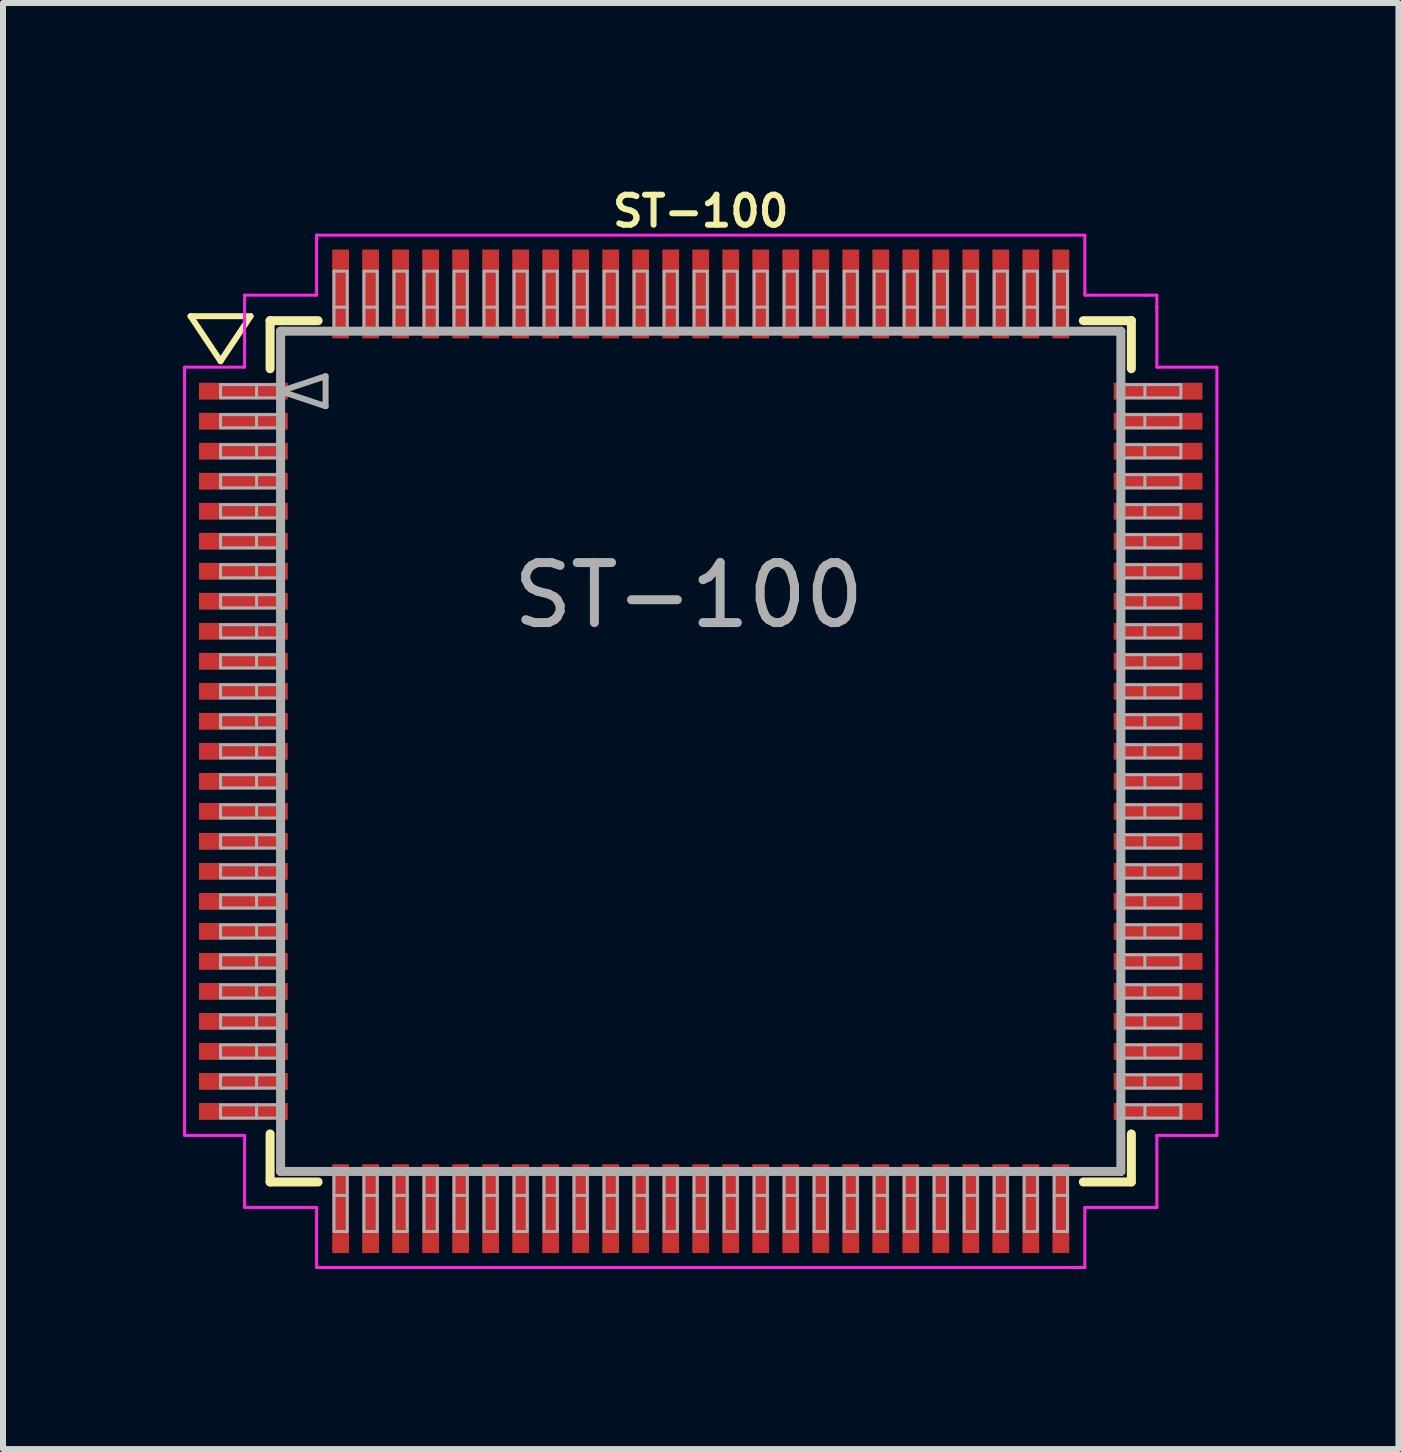
<source format=kicad_pcb>
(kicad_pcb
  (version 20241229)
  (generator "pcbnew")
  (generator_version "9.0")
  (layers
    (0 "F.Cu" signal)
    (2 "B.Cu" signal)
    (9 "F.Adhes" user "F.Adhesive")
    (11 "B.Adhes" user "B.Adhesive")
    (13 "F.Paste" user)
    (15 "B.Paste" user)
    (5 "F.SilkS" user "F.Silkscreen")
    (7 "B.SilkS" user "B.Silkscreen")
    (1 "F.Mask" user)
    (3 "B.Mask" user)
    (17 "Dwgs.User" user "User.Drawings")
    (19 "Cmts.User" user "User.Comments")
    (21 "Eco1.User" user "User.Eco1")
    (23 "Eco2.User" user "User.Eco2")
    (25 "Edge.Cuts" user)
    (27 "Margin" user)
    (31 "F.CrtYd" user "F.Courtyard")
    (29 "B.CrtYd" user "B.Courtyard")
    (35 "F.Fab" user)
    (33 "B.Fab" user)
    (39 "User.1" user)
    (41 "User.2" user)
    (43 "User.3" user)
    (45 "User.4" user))
  (footprint "ST-100"
    (layer "F.Cu")
    (at 8.625 9.468)
    (property "Reference" "ST-100" (at 0 -9 0) (layer "F.SilkS") (effects (font (size 0.5 0.5) (thickness 0.1))))
    (attr smd)
    (fp_line (start -8.5 -7.25) (end -8 -6.5) (stroke (width 0.1) (type solid)) (layer "F.SilkS"))
    (fp_line (start -8 -6.5) (end -7.5 -7.25) (stroke (width 0.1) (type solid)) (layer "F.SilkS"))
    (fp_line (start -7.5 -7.25) (end -8.5 -7.25) (stroke (width 0.1) (type solid)) (layer "F.SilkS"))
    (fp_line (start -7.175 -7.175) (end -7.175 -6.375) (stroke (width 0.15) (type solid)) (layer "F.SilkS"))
    (fp_line (start -7.175 -7.175) (end -6.375 -7.175) (stroke (width 0.15) (type solid)) (layer "F.SilkS"))
    (fp_line (start -7.175 7.175) (end -7.175 6.375) (stroke (width 0.15) (type solid)) (layer "F.SilkS"))
    (fp_line (start -7.175 7.175) (end -6.375 7.175) (stroke (width 0.15) (type solid)) (layer "F.SilkS"))
    (fp_line (start 7.175 -7.175) (end 6.375 -7.175) (stroke (width 0.15) (type solid)) (layer "F.SilkS"))
    (fp_line (start 7.175 -7.175) (end 7.175 -6.375) (stroke (width 0.15) (type solid)) (layer "F.SilkS"))
    (fp_line (start 7.175 7.175) (end 6.375 7.175) (stroke (width 0.15) (type solid)) (layer "F.SilkS"))
    (fp_line (start 7.175 7.175) (end 7.175 6.375) (stroke (width 0.15) (type solid)) (layer "F.SilkS"))
    (fp_line (start -8.6 -6.4) (end -8.6 6.4) (stroke (width 0.05) (type solid)) (layer "F.CrtYd"))
    (fp_line (start -7.6 -7.6) (end -7.6 -6.4) (stroke (width 0.05) (type solid)) (layer "F.CrtYd"))
    (fp_line (start -7.6 -6.4) (end -8.6 -6.4) (stroke (width 0.05) (type solid)) (layer "F.CrtYd"))
    (fp_line (start -7.6 6.4) (end -8.6 6.4) (stroke (width 0.05) (type solid)) (layer "F.CrtYd"))
    (fp_line (start -7.6 6.4) (end -7.6 7.6) (stroke (width 0.05) (type solid)) (layer "F.CrtYd"))
    (fp_line (start -7.6 7.6) (end -6.4 7.6) (stroke (width 0.05) (type solid)) (layer "F.CrtYd"))
    (fp_line (start -6.4 -8.6) (end 6.4 -8.6) (stroke (width 0.05) (type solid)) (layer "F.CrtYd"))
    (fp_line (start -6.4 -7.6) (end -7.6 -7.6) (stroke (width 0.05) (type solid)) (layer "F.CrtYd"))
    (fp_line (start -6.4 -7.6) (end -6.4 -8.6) (stroke (width 0.05) (type solid)) (layer "F.CrtYd"))
    (fp_line (start -6.4 7.6) (end -6.4 8.6) (stroke (width 0.05) (type solid)) (layer "F.CrtYd"))
    (fp_line (start -6.4 8.6) (end 6.4 8.6) (stroke (width 0.05) (type solid)) (layer "F.CrtYd"))
    (fp_line (start 6.4 -7.6) (end 6.4 -8.6) (stroke (width 0.05) (type solid)) (layer "F.CrtYd"))
    (fp_line (start 6.4 -7.6) (end 7.4 -7.6) (stroke (width 0.05) (type solid)) (layer "F.CrtYd"))
    (fp_line (start 6.4 7.6) (end 6.4 8.6) (stroke (width 0.05) (type solid)) (layer "F.CrtYd"))
    (fp_line (start 7.4 -7.6) (end 7.6 -7.6) (stroke (width 0.05) (type solid)) (layer "F.CrtYd"))
    (fp_line (start 7.6 -7.6) (end 7.6 -7.4) (stroke (width 0.05) (type solid)) (layer "F.CrtYd"))
    (fp_line (start 7.6 -7.4) (end 7.6 -7.4) (stroke (width 0.05) (type solid)) (layer "F.CrtYd"))
    (fp_line (start 7.6 -6.4) (end 7.6 -7.4) (stroke (width 0.05) (type solid)) (layer "F.CrtYd"))
    (fp_line (start 7.6 -6.4) (end 8.6 -6.4) (stroke (width 0.05) (type solid)) (layer "F.CrtYd"))
    (fp_line (start 7.6 6.4) (end 8.6 6.4) (stroke (width 0.05) (type solid)) (layer "F.CrtYd"))
    (fp_line (start 7.6 7.6) (end 6.4 7.6) (stroke (width 0.05) (type solid)) (layer "F.CrtYd"))
    (fp_line (start 7.6 7.6) (end 7.6 6.4) (stroke (width 0.05) (type solid)) (layer "F.CrtYd"))
    (fp_line (start 8.6 -6.4) (end 8.6 6.4) (stroke (width 0.05) (type solid)) (layer "F.CrtYd"))
    (fp_line (start -8 -6.11) (end -7 -6.11) (stroke (width 0.05) (type solid)) (layer "F.Fab"))
    (fp_line (start -8 -5.89) (end -8 -6.11) (stroke (width 0.05) (type solid)) (layer "F.Fab"))
    (fp_line (start -8 -5.89) (end -7 -5.89) (stroke (width 0.05) (type solid)) (layer "F.Fab"))
    (fp_line (start -8 -5.61) (end -7 -5.61) (stroke (width 0.05) (type solid)) (layer "F.Fab"))
    (fp_line (start -8 -5.39) (end -8 -5.61) (stroke (width 0.05) (type solid)) (layer "F.Fab"))
    (fp_line (start -8 -5.39) (end -7 -5.39) (stroke (width 0.05) (type solid)) (layer "F.Fab"))
    (fp_line (start -8 -5.11) (end -7 -5.11) (stroke (width 0.05) (type solid)) (layer "F.Fab"))
    (fp_line (start -8 -4.89) (end -8 -5.11) (stroke (width 0.05) (type solid)) (layer "F.Fab"))
    (fp_line (start -8 -4.89) (end -7 -4.89) (stroke (width 0.05) (type solid)) (layer "F.Fab"))
    (fp_line (start -8 -4.61) (end -7 -4.61) (stroke (width 0.05) (type solid)) (layer "F.Fab"))
    (fp_line (start -8 -4.39) (end -8 -4.61) (stroke (width 0.05) (type solid)) (layer "F.Fab"))
    (fp_line (start -8 -4.39) (end -7 -4.39) (stroke (width 0.05) (type solid)) (layer "F.Fab"))
    (fp_line (start -8 -4.11) (end -7 -4.11) (stroke (width 0.05) (type solid)) (layer "F.Fab"))
    (fp_line (start -8 -3.89) (end -8 -4.11) (stroke (width 0.05) (type solid)) (layer "F.Fab"))
    (fp_line (start -8 -3.89) (end -7 -3.89) (stroke (width 0.05) (type solid)) (layer "F.Fab"))
    (fp_line (start -8 -3.61) (end -7 -3.61) (stroke (width 0.05) (type solid)) (layer "F.Fab"))
    (fp_line (start -8 -3.39) (end -8 -3.61) (stroke (width 0.05) (type solid)) (layer "F.Fab"))
    (fp_line (start -8 -3.39) (end -7 -3.39) (stroke (width 0.05) (type solid)) (layer "F.Fab"))
    (fp_line (start -8 -3.11) (end -7 -3.11) (stroke (width 0.05) (type solid)) (layer "F.Fab"))
    (fp_line (start -8 -2.89) (end -8 -3.11) (stroke (width 0.05) (type solid)) (layer "F.Fab"))
    (fp_line (start -8 -2.89) (end -7 -2.89) (stroke (width 0.05) (type solid)) (layer "F.Fab"))
    (fp_line (start -8 -2.61) (end -7 -2.61) (stroke (width 0.05) (type solid)) (layer "F.Fab"))
    (fp_line (start -8 -2.39) (end -8 -2.61) (stroke (width 0.05) (type solid)) (layer "F.Fab"))
    (fp_line (start -8 -2.39) (end -7 -2.39) (stroke (width 0.05) (type solid)) (layer "F.Fab"))
    (fp_line (start -8 -2.11) (end -7 -2.11) (stroke (width 0.05) (type solid)) (layer "F.Fab"))
    (fp_line (start -8 -1.89) (end -8 -2.11) (stroke (width 0.05) (type solid)) (layer "F.Fab"))
    (fp_line (start -8 -1.89) (end -7 -1.89) (stroke (width 0.05) (type solid)) (layer "F.Fab"))
    (fp_line (start -8 -1.61) (end -7 -1.61) (stroke (width 0.05) (type solid)) (layer "F.Fab"))
    (fp_line (start -8 -1.39) (end -8 -1.61) (stroke (width 0.05) (type solid)) (layer "F.Fab"))
    (fp_line (start -8 -1.39) (end -7 -1.39) (stroke (width 0.05) (type solid)) (layer "F.Fab"))
    (fp_line (start -8 -1.11) (end -7 -1.11) (stroke (width 0.05) (type solid)) (layer "F.Fab"))
    (fp_line (start -8 -0.89) (end -8 -1.11) (stroke (width 0.05) (type solid)) (layer "F.Fab"))
    (fp_line (start -8 -0.89) (end -7 -0.89) (stroke (width 0.05) (type solid)) (layer "F.Fab"))
    (fp_line (start -8 -0.61) (end -7 -0.61) (stroke (width 0.05) (type solid)) (layer "F.Fab"))
    (fp_line (start -8 -0.39) (end -8 -0.61) (stroke (width 0.05) (type solid)) (layer "F.Fab"))
    (fp_line (start -8 -0.39) (end -7 -0.39) (stroke (width 0.05) (type solid)) (layer "F.Fab"))
    (fp_line (start -8 -0.11) (end -7 -0.11) (stroke (width 0.05) (type solid)) (layer "F.Fab"))
    (fp_line (start -8 0.11) (end -8 -0.11) (stroke (width 0.05) (type solid)) (layer "F.Fab"))
    (fp_line (start -8 0.11) (end -7 0.11) (stroke (width 0.05) (type solid)) (layer "F.Fab"))
    (fp_line (start -8 0.39) (end -7 0.39) (stroke (width 0.05) (type solid)) (layer "F.Fab"))
    (fp_line (start -8 0.61) (end -8 0.39) (stroke (width 0.05) (type solid)) (layer "F.Fab"))
    (fp_line (start -8 0.61) (end -7 0.61) (stroke (width 0.05) (type solid)) (layer "F.Fab"))
    (fp_line (start -8 0.89) (end -7 0.89) (stroke (width 0.05) (type solid)) (layer "F.Fab"))
    (fp_line (start -8 1.11) (end -8 0.89) (stroke (width 0.05) (type solid)) (layer "F.Fab"))
    (fp_line (start -8 1.11) (end -7 1.11) (stroke (width 0.05) (type solid)) (layer "F.Fab"))
    (fp_line (start -8 1.39) (end -7 1.39) (stroke (width 0.05) (type solid)) (layer "F.Fab"))
    (fp_line (start -8 1.61) (end -8 1.39) (stroke (width 0.05) (type solid)) (layer "F.Fab"))
    (fp_line (start -8 1.61) (end -7 1.61) (stroke (width 0.05) (type solid)) (layer "F.Fab"))
    (fp_line (start -8 1.89) (end -7 1.89) (stroke (width 0.05) (type solid)) (layer "F.Fab"))
    (fp_line (start -8 2.11) (end -8 1.89) (stroke (width 0.05) (type solid)) (layer "F.Fab"))
    (fp_line (start -8 2.11) (end -7 2.11) (stroke (width 0.05) (type solid)) (layer "F.Fab"))
    (fp_line (start -8 2.39) (end -7 2.39) (stroke (width 0.05) (type solid)) (layer "F.Fab"))
    (fp_line (start -8 2.61) (end -8 2.39) (stroke (width 0.05) (type solid)) (layer "F.Fab"))
    (fp_line (start -8 2.61) (end -7 2.61) (stroke (width 0.05) (type solid)) (layer "F.Fab"))
    (fp_line (start -8 2.89) (end -7 2.89) (stroke (width 0.05) (type solid)) (layer "F.Fab"))
    (fp_line (start -8 3.11) (end -8 2.89) (stroke (width 0.05) (type solid)) (layer "F.Fab"))
    (fp_line (start -8 3.11) (end -7 3.11) (stroke (width 0.05) (type solid)) (layer "F.Fab"))
    (fp_line (start -8 3.39) (end -7 3.39) (stroke (width 0.05) (type solid)) (layer "F.Fab"))
    (fp_line (start -8 3.61) (end -8 3.39) (stroke (width 0.05) (type solid)) (layer "F.Fab"))
    (fp_line (start -8 3.61) (end -7 3.61) (stroke (width 0.05) (type solid)) (layer "F.Fab"))
    (fp_line (start -8 3.89) (end -7 3.89) (stroke (width 0.05) (type solid)) (layer "F.Fab"))
    (fp_line (start -8 4.11) (end -8 3.89) (stroke (width 0.05) (type solid)) (layer "F.Fab"))
    (fp_line (start -8 4.11) (end -7 4.11) (stroke (width 0.05) (type solid)) (layer "F.Fab"))
    (fp_line (start -8 4.39) (end -7 4.39) (stroke (width 0.05) (type solid)) (layer "F.Fab"))
    (fp_line (start -8 4.61) (end -8 4.39) (stroke (width 0.05) (type solid)) (layer "F.Fab"))
    (fp_line (start -8 4.61) (end -7 4.61) (stroke (width 0.05) (type solid)) (layer "F.Fab"))
    (fp_line (start -8 4.89) (end -7 4.89) (stroke (width 0.05) (type solid)) (layer "F.Fab"))
    (fp_line (start -8 5.11) (end -8 4.89) (stroke (width 0.05) (type solid)) (layer "F.Fab"))
    (fp_line (start -8 5.11) (end -7 5.11) (stroke (width 0.05) (type solid)) (layer "F.Fab"))
    (fp_line (start -8 5.39) (end -7 5.39) (stroke (width 0.05) (type solid)) (layer "F.Fab"))
    (fp_line (start -8 5.61) (end -8 5.39) (stroke (width 0.05) (type solid)) (layer "F.Fab"))
    (fp_line (start -8 5.61) (end -7 5.61) (stroke (width 0.05) (type solid)) (layer "F.Fab"))
    (fp_line (start -8 5.89) (end -7 5.89) (stroke (width 0.05) (type solid)) (layer "F.Fab"))
    (fp_line (start -8 6.11) (end -8 5.89) (stroke (width 0.05) (type solid)) (layer "F.Fab"))
    (fp_line (start -8 6.11) (end -7 6.11) (stroke (width 0.05) (type solid)) (layer "F.Fab"))
    (fp_line (start -7.4 -5.89) (end -7.4 -6.11) (stroke (width 0.05) (type solid)) (layer "F.Fab"))
    (fp_line (start -7.4 -5.39) (end -7.4 -5.61) (stroke (width 0.05) (type solid)) (layer "F.Fab"))
    (fp_line (start -7.4 -4.89) (end -7.4 -5.11) (stroke (width 0.05) (type solid)) (layer "F.Fab"))
    (fp_line (start -7.4 -4.39) (end -7.4 -4.61) (stroke (width 0.05) (type solid)) (layer "F.Fab"))
    (fp_line (start -7.4 -3.89) (end -7.4 -4.11) (stroke (width 0.05) (type solid)) (layer "F.Fab"))
    (fp_line (start -7.4 -3.39) (end -7.4 -3.61) (stroke (width 0.05) (type solid)) (layer "F.Fab"))
    (fp_line (start -7.4 -2.89) (end -7.4 -3.11) (stroke (width 0.05) (type solid)) (layer "F.Fab"))
    (fp_line (start -7.4 -2.39) (end -7.4 -2.61) (stroke (width 0.05) (type solid)) (layer "F.Fab"))
    (fp_line (start -7.4 -1.89) (end -7.4 -2.11) (stroke (width 0.05) (type solid)) (layer "F.Fab"))
    (fp_line (start -7.4 -1.39) (end -7.4 -1.61) (stroke (width 0.05) (type solid)) (layer "F.Fab"))
    (fp_line (start -7.4 -0.89) (end -7.4 -1.11) (stroke (width 0.05) (type solid)) (layer "F.Fab"))
    (fp_line (start -7.4 -0.39) (end -7.4 -0.61) (stroke (width 0.05) (type solid)) (layer "F.Fab"))
    (fp_line (start -7.4 0.11) (end -7.4 -0.11) (stroke (width 0.05) (type solid)) (layer "F.Fab"))
    (fp_line (start -7.4 0.61) (end -7.4 0.39) (stroke (width 0.05) (type solid)) (layer "F.Fab"))
    (fp_line (start -7.4 1.11) (end -7.4 0.89) (stroke (width 0.05) (type solid)) (layer "F.Fab"))
    (fp_line (start -7.4 1.61) (end -7.4 1.39) (stroke (width 0.05) (type solid)) (layer "F.Fab"))
    (fp_line (start -7.4 2.11) (end -7.4 1.89) (stroke (width 0.05) (type solid)) (layer "F.Fab"))
    (fp_line (start -7.4 2.61) (end -7.4 2.39) (stroke (width 0.05) (type solid)) (layer "F.Fab"))
    (fp_line (start -7.4 3.11) (end -7.4 2.89) (stroke (width 0.05) (type solid)) (layer "F.Fab"))
    (fp_line (start -7.4 3.61) (end -7.4 3.39) (stroke (width 0.05) (type solid)) (layer "F.Fab"))
    (fp_line (start -7.4 4.11) (end -7.4 3.89) (stroke (width 0.05) (type solid)) (layer "F.Fab"))
    (fp_line (start -7.4 4.61) (end -7.4 4.39) (stroke (width 0.05) (type solid)) (layer "F.Fab"))
    (fp_line (start -7.4 5.11) (end -7.4 4.89) (stroke (width 0.05) (type solid)) (layer "F.Fab"))
    (fp_line (start -7.4 5.61) (end -7.4 5.39) (stroke (width 0.05) (type solid)) (layer "F.Fab"))
    (fp_line (start -7.4 6.11) (end -7.4 5.89) (stroke (width 0.05) (type solid)) (layer "F.Fab"))
    (fp_line (start -7 -7) (end 7 -7) (stroke (width 0.15) (type solid)) (layer "F.Fab"))
    (fp_line (start -7 -6) (end -6.25 -6.25) (stroke (width 0.1) (type solid)) (layer "F.Fab"))
    (fp_line (start -7 7) (end -7 -7) (stroke (width 0.15) (type solid)) (layer "F.Fab"))
    (fp_line (start -6.25 -6.25) (end -6.25 -5.75) (stroke (width 0.1) (type solid)) (layer "F.Fab"))
    (fp_line (start -6.25 -5.75) (end -7 -6) (stroke (width 0.1) (type solid)) (layer "F.Fab"))
    (fp_line (start -6.11 -8) (end -6.11 -7) (stroke (width 0.05) (type solid)) (layer "F.Fab"))
    (fp_line (start -6.11 -8) (end -5.89 -8) (stroke (width 0.05) (type solid)) (layer "F.Fab"))
    (fp_line (start -6.11 -7.4) (end -5.89 -7.4) (stroke (width 0.05) (type solid)) (layer "F.Fab"))
    (fp_line (start -6.11 7) (end -6.11 8) (stroke (width 0.05) (type solid)) (layer "F.Fab"))
    (fp_line (start -6.11 7.4) (end -5.89 7.4) (stroke (width 0.05) (type solid)) (layer "F.Fab"))
    (fp_line (start -6.11 8) (end -5.89 8) (stroke (width 0.05) (type solid)) (layer "F.Fab"))
    (fp_line (start -5.89 -8) (end -5.89 -7) (stroke (width 0.05) (type solid)) (layer "F.Fab"))
    (fp_line (start -5.89 7) (end -5.89 8) (stroke (width 0.05) (type solid)) (layer "F.Fab"))
    (fp_line (start -5.61 -8) (end -5.61 -7) (stroke (width 0.05) (type solid)) (layer "F.Fab"))
    (fp_line (start -5.61 -8) (end -5.39 -8) (stroke (width 0.05) (type solid)) (layer "F.Fab"))
    (fp_line (start -5.61 -7.4) (end -5.39 -7.4) (stroke (width 0.05) (type solid)) (layer "F.Fab"))
    (fp_line (start -5.61 7) (end -5.61 8) (stroke (width 0.05) (type solid)) (layer "F.Fab"))
    (fp_line (start -5.61 7.4) (end -5.39 7.4) (stroke (width 0.05) (type solid)) (layer "F.Fab"))
    (fp_line (start -5.61 8) (end -5.39 8) (stroke (width 0.05) (type solid)) (layer "F.Fab"))
    (fp_line (start -5.39 -8) (end -5.39 -7) (stroke (width 0.05) (type solid)) (layer "F.Fab"))
    (fp_line (start -5.39 7) (end -5.39 8) (stroke (width 0.05) (type solid)) (layer "F.Fab"))
    (fp_line (start -5.11 -8) (end -5.11 -7) (stroke (width 0.05) (type solid)) (layer "F.Fab"))
    (fp_line (start -5.11 -8) (end -4.89 -8) (stroke (width 0.05) (type solid)) (layer "F.Fab"))
    (fp_line (start -5.11 -7.4) (end -4.89 -7.4) (stroke (width 0.05) (type solid)) (layer "F.Fab"))
    (fp_line (start -5.11 7) (end -5.11 8) (stroke (width 0.05) (type solid)) (layer "F.Fab"))
    (fp_line (start -5.11 7.4) (end -4.89 7.4) (stroke (width 0.05) (type solid)) (layer "F.Fab"))
    (fp_line (start -5.11 8) (end -4.89 8) (stroke (width 0.05) (type solid)) (layer "F.Fab"))
    (fp_line (start -4.89 -8) (end -4.89 -7) (stroke (width 0.05) (type solid)) (layer "F.Fab"))
    (fp_line (start -4.89 7) (end -4.89 8) (stroke (width 0.05) (type solid)) (layer "F.Fab"))
    (fp_line (start -4.61 -8) (end -4.61 -7) (stroke (width 0.05) (type solid)) (layer "F.Fab"))
    (fp_line (start -4.61 -8) (end -4.39 -8) (stroke (width 0.05) (type solid)) (layer "F.Fab"))
    (fp_line (start -4.61 -7.4) (end -4.39 -7.4) (stroke (width 0.05) (type solid)) (layer "F.Fab"))
    (fp_line (start -4.61 7) (end -4.61 8) (stroke (width 0.05) (type solid)) (layer "F.Fab"))
    (fp_line (start -4.61 7.4) (end -4.39 7.4) (stroke (width 0.05) (type solid)) (layer "F.Fab"))
    (fp_line (start -4.61 8) (end -4.39 8) (stroke (width 0.05) (type solid)) (layer "F.Fab"))
    (fp_line (start -4.39 -8) (end -4.39 -7) (stroke (width 0.05) (type solid)) (layer "F.Fab"))
    (fp_line (start -4.39 7) (end -4.39 8) (stroke (width 0.05) (type solid)) (layer "F.Fab"))
    (fp_line (start -4.11 -8) (end -4.11 -7) (stroke (width 0.05) (type solid)) (layer "F.Fab"))
    (fp_line (start -4.11 -8) (end -3.89 -8) (stroke (width 0.05) (type solid)) (layer "F.Fab"))
    (fp_line (start -4.11 -7.4) (end -3.89 -7.4) (stroke (width 0.05) (type solid)) (layer "F.Fab"))
    (fp_line (start -4.11 7) (end -4.11 8) (stroke (width 0.05) (type solid)) (layer "F.Fab"))
    (fp_line (start -4.11 7.4) (end -3.89 7.4) (stroke (width 0.05) (type solid)) (layer "F.Fab"))
    (fp_line (start -4.11 8) (end -3.89 8) (stroke (width 0.05) (type solid)) (layer "F.Fab"))
    (fp_line (start -3.89 -8) (end -3.89 -7) (stroke (width 0.05) (type solid)) (layer "F.Fab"))
    (fp_line (start -3.89 7) (end -3.89 8) (stroke (width 0.05) (type solid)) (layer "F.Fab"))
    (fp_line (start -3.61 -8) (end -3.61 -7) (stroke (width 0.05) (type solid)) (layer "F.Fab"))
    (fp_line (start -3.61 -8) (end -3.39 -8) (stroke (width 0.05) (type solid)) (layer "F.Fab"))
    (fp_line (start -3.61 -7.4) (end -3.39 -7.4) (stroke (width 0.05) (type solid)) (layer "F.Fab"))
    (fp_line (start -3.61 7) (end -3.61 8) (stroke (width 0.05) (type solid)) (layer "F.Fab"))
    (fp_line (start -3.61 7.4) (end -3.39 7.4) (stroke (width 0.05) (type solid)) (layer "F.Fab"))
    (fp_line (start -3.61 8) (end -3.39 8) (stroke (width 0.05) (type solid)) (layer "F.Fab"))
    (fp_line (start -3.39 -8) (end -3.39 -7) (stroke (width 0.05) (type solid)) (layer "F.Fab"))
    (fp_line (start -3.39 7) (end -3.39 8) (stroke (width 0.05) (type solid)) (layer "F.Fab"))
    (fp_line (start -3.11 -8) (end -3.11 -7) (stroke (width 0.05) (type solid)) (layer "F.Fab"))
    (fp_line (start -3.11 -8) (end -2.89 -8) (stroke (width 0.05) (type solid)) (layer "F.Fab"))
    (fp_line (start -3.11 -7.4) (end -2.89 -7.4) (stroke (width 0.05) (type solid)) (layer "F.Fab"))
    (fp_line (start -3.11 7) (end -3.11 8) (stroke (width 0.05) (type solid)) (layer "F.Fab"))
    (fp_line (start -3.11 7.4) (end -2.89 7.4) (stroke (width 0.05) (type solid)) (layer "F.Fab"))
    (fp_line (start -3.11 8) (end -2.89 8) (stroke (width 0.05) (type solid)) (layer "F.Fab"))
    (fp_line (start -2.89 -8) (end -2.89 -7) (stroke (width 0.05) (type solid)) (layer "F.Fab"))
    (fp_line (start -2.89 7) (end -2.89 8) (stroke (width 0.05) (type solid)) (layer "F.Fab"))
    (fp_line (start -2.61 -8) (end -2.61 -7) (stroke (width 0.05) (type solid)) (layer "F.Fab"))
    (fp_line (start -2.61 -8) (end -2.39 -8) (stroke (width 0.05) (type solid)) (layer "F.Fab"))
    (fp_line (start -2.61 -7.4) (end -2.39 -7.4) (stroke (width 0.05) (type solid)) (layer "F.Fab"))
    (fp_line (start -2.61 7) (end -2.61 8) (stroke (width 0.05) (type solid)) (layer "F.Fab"))
    (fp_line (start -2.61 7.4) (end -2.39 7.4) (stroke (width 0.05) (type solid)) (layer "F.Fab"))
    (fp_line (start -2.61 8) (end -2.39 8) (stroke (width 0.05) (type solid)) (layer "F.Fab"))
    (fp_line (start -2.39 -8) (end -2.39 -7) (stroke (width 0.05) (type solid)) (layer "F.Fab"))
    (fp_line (start -2.39 7) (end -2.39 8) (stroke (width 0.05) (type solid)) (layer "F.Fab"))
    (fp_line (start -2.11 -8) (end -2.11 -7) (stroke (width 0.05) (type solid)) (layer "F.Fab"))
    (fp_line (start -2.11 -8) (end -1.89 -8) (stroke (width 0.05) (type solid)) (layer "F.Fab"))
    (fp_line (start -2.11 -7.4) (end -1.89 -7.4) (stroke (width 0.05) (type solid)) (layer "F.Fab"))
    (fp_line (start -2.11 7) (end -2.11 8) (stroke (width 0.05) (type solid)) (layer "F.Fab"))
    (fp_line (start -2.11 7.4) (end -1.89 7.4) (stroke (width 0.05) (type solid)) (layer "F.Fab"))
    (fp_line (start -2.11 8) (end -1.89 8) (stroke (width 0.05) (type solid)) (layer "F.Fab"))
    (fp_line (start -1.89 -8) (end -1.89 -7) (stroke (width 0.05) (type solid)) (layer "F.Fab"))
    (fp_line (start -1.89 7) (end -1.89 8) (stroke (width 0.05) (type solid)) (layer "F.Fab"))
    (fp_line (start -1.61 -8) (end -1.61 -7) (stroke (width 0.05) (type solid)) (layer "F.Fab"))
    (fp_line (start -1.61 -8) (end -1.39 -8) (stroke (width 0.05) (type solid)) (layer "F.Fab"))
    (fp_line (start -1.61 -7.4) (end -1.39 -7.4) (stroke (width 0.05) (type solid)) (layer "F.Fab"))
    (fp_line (start -1.61 7) (end -1.61 8) (stroke (width 0.05) (type solid)) (layer "F.Fab"))
    (fp_line (start -1.61 7.4) (end -1.39 7.4) (stroke (width 0.05) (type solid)) (layer "F.Fab"))
    (fp_line (start -1.61 8) (end -1.39 8) (stroke (width 0.05) (type solid)) (layer "F.Fab"))
    (fp_line (start -1.39 -8) (end -1.39 -7) (stroke (width 0.05) (type solid)) (layer "F.Fab"))
    (fp_line (start -1.39 7) (end -1.39 8) (stroke (width 0.05) (type solid)) (layer "F.Fab"))
    (fp_line (start -1.11 -8) (end -1.11 -7) (stroke (width 0.05) (type solid)) (layer "F.Fab"))
    (fp_line (start -1.11 -8) (end -0.89 -8) (stroke (width 0.05) (type solid)) (layer "F.Fab"))
    (fp_line (start -1.11 -7.4) (end -0.89 -7.4) (stroke (width 0.05) (type solid)) (layer "F.Fab"))
    (fp_line (start -1.11 7) (end -1.11 8) (stroke (width 0.05) (type solid)) (layer "F.Fab"))
    (fp_line (start -1.11 7.4) (end -0.89 7.4) (stroke (width 0.05) (type solid)) (layer "F.Fab"))
    (fp_line (start -1.11 8) (end -0.89 8) (stroke (width 0.05) (type solid)) (layer "F.Fab"))
    (fp_line (start -0.89 -8) (end -0.89 -7) (stroke (width 0.05) (type solid)) (layer "F.Fab"))
    (fp_line (start -0.89 7) (end -0.89 8) (stroke (width 0.05) (type solid)) (layer "F.Fab"))
    (fp_line (start -0.61 -8) (end -0.61 -7) (stroke (width 0.05) (type solid)) (layer "F.Fab"))
    (fp_line (start -0.61 -8) (end -0.39 -8) (stroke (width 0.05) (type solid)) (layer "F.Fab"))
    (fp_line (start -0.61 -7.4) (end -0.39 -7.4) (stroke (width 0.05) (type solid)) (layer "F.Fab"))
    (fp_line (start -0.61 7) (end -0.61 8) (stroke (width 0.05) (type solid)) (layer "F.Fab"))
    (fp_line (start -0.61 7.4) (end -0.39 7.4) (stroke (width 0.05) (type solid)) (layer "F.Fab"))
    (fp_line (start -0.61 8) (end -0.39 8) (stroke (width 0.05) (type solid)) (layer "F.Fab"))
    (fp_line (start -0.39 -8) (end -0.39 -7) (stroke (width 0.05) (type solid)) (layer "F.Fab"))
    (fp_line (start -0.39 7) (end -0.39 8) (stroke (width 0.05) (type solid)) (layer "F.Fab"))
    (fp_line (start -0.11 -8) (end -0.11 -7) (stroke (width 0.05) (type solid)) (layer "F.Fab"))
    (fp_line (start -0.11 -8) (end 0.11 -8) (stroke (width 0.05) (type solid)) (layer "F.Fab"))
    (fp_line (start -0.11 -7.4) (end 0.11 -7.4) (stroke (width 0.05) (type solid)) (layer "F.Fab"))
    (fp_line (start -0.11 7) (end -0.11 8) (stroke (width 0.05) (type solid)) (layer "F.Fab"))
    (fp_line (start -0.11 7.4) (end 0.11 7.4) (stroke (width 0.05) (type solid)) (layer "F.Fab"))
    (fp_line (start -0.11 8) (end 0.11 8) (stroke (width 0.05) (type solid)) (layer "F.Fab"))
    (fp_line (start 0.11 -8) (end 0.11 -7) (stroke (width 0.05) (type solid)) (layer "F.Fab"))
    (fp_line (start 0.11 7) (end 0.11 8) (stroke (width 0.05) (type solid)) (layer "F.Fab"))
    (fp_line (start 0.39 -8) (end 0.39 -7) (stroke (width 0.05) (type solid)) (layer "F.Fab"))
    (fp_line (start 0.39 -8) (end 0.61 -8) (stroke (width 0.05) (type solid)) (layer "F.Fab"))
    (fp_line (start 0.39 -7.4) (end 0.61 -7.4) (stroke (width 0.05) (type solid)) (layer "F.Fab"))
    (fp_line (start 0.39 7) (end 0.39 8) (stroke (width 0.05) (type solid)) (layer "F.Fab"))
    (fp_line (start 0.39 7.4) (end 0.61 7.4) (stroke (width 0.05) (type solid)) (layer "F.Fab"))
    (fp_line (start 0.39 8) (end 0.61 8) (stroke (width 0.05) (type solid)) (layer "F.Fab"))
    (fp_line (start 0.61 -8) (end 0.61 -7) (stroke (width 0.05) (type solid)) (layer "F.Fab"))
    (fp_line (start 0.61 7) (end 0.61 8) (stroke (width 0.05) (type solid)) (layer "F.Fab"))
    (fp_line (start 0.89 -8) (end 0.89 -7) (stroke (width 0.05) (type solid)) (layer "F.Fab"))
    (fp_line (start 0.89 -8) (end 1.11 -8) (stroke (width 0.05) (type solid)) (layer "F.Fab"))
    (fp_line (start 0.89 -7.4) (end 1.11 -7.4) (stroke (width 0.05) (type solid)) (layer "F.Fab"))
    (fp_line (start 0.89 7) (end 0.89 8) (stroke (width 0.05) (type solid)) (layer "F.Fab"))
    (fp_line (start 0.89 7.4) (end 1.11 7.4) (stroke (width 0.05) (type solid)) (layer "F.Fab"))
    (fp_line (start 0.89 8) (end 1.11 8) (stroke (width 0.05) (type solid)) (layer "F.Fab"))
    (fp_line (start 1.11 -8) (end 1.11 -7) (stroke (width 0.05) (type solid)) (layer "F.Fab"))
    (fp_line (start 1.11 7) (end 1.11 8) (stroke (width 0.05) (type solid)) (layer "F.Fab"))
    (fp_line (start 1.39 -8) (end 1.39 -7) (stroke (width 0.05) (type solid)) (layer "F.Fab"))
    (fp_line (start 1.39 -8) (end 1.61 -8) (stroke (width 0.05) (type solid)) (layer "F.Fab"))
    (fp_line (start 1.39 -7.4) (end 1.61 -7.4) (stroke (width 0.05) (type solid)) (layer "F.Fab"))
    (fp_line (start 1.39 7) (end 1.39 8) (stroke (width 0.05) (type solid)) (layer "F.Fab"))
    (fp_line (start 1.39 7.4) (end 1.61 7.4) (stroke (width 0.05) (type solid)) (layer "F.Fab"))
    (fp_line (start 1.39 8) (end 1.61 8) (stroke (width 0.05) (type solid)) (layer "F.Fab"))
    (fp_line (start 1.61 -8) (end 1.61 -7) (stroke (width 0.05) (type solid)) (layer "F.Fab"))
    (fp_line (start 1.61 7) (end 1.61 8) (stroke (width 0.05) (type solid)) (layer "F.Fab"))
    (fp_line (start 1.89 -8) (end 1.89 -7) (stroke (width 0.05) (type solid)) (layer "F.Fab"))
    (fp_line (start 1.89 -8) (end 2.11 -8) (stroke (width 0.05) (type solid)) (layer "F.Fab"))
    (fp_line (start 1.89 -7.4) (end 2.11 -7.4) (stroke (width 0.05) (type solid)) (layer "F.Fab"))
    (fp_line (start 1.89 7) (end 1.89 8) (stroke (width 0.05) (type solid)) (layer "F.Fab"))
    (fp_line (start 1.89 7.4) (end 2.11 7.4) (stroke (width 0.05) (type solid)) (layer "F.Fab"))
    (fp_line (start 1.89 8) (end 2.11 8) (stroke (width 0.05) (type solid)) (layer "F.Fab"))
    (fp_line (start 2.11 -8) (end 2.11 -7) (stroke (width 0.05) (type solid)) (layer "F.Fab"))
    (fp_line (start 2.11 7) (end 2.11 8) (stroke (width 0.05) (type solid)) (layer "F.Fab"))
    (fp_line (start 2.39 -8) (end 2.39 -7) (stroke (width 0.05) (type solid)) (layer "F.Fab"))
    (fp_line (start 2.39 -8) (end 2.61 -8) (stroke (width 0.05) (type solid)) (layer "F.Fab"))
    (fp_line (start 2.39 -7.4) (end 2.61 -7.4) (stroke (width 0.05) (type solid)) (layer "F.Fab"))
    (fp_line (start 2.39 7) (end 2.39 8) (stroke (width 0.05) (type solid)) (layer "F.Fab"))
    (fp_line (start 2.39 7.4) (end 2.61 7.4) (stroke (width 0.05) (type solid)) (layer "F.Fab"))
    (fp_line (start 2.39 8) (end 2.61 8) (stroke (width 0.05) (type solid)) (layer "F.Fab"))
    (fp_line (start 2.61 -8) (end 2.61 -7) (stroke (width 0.05) (type solid)) (layer "F.Fab"))
    (fp_line (start 2.61 7) (end 2.61 8) (stroke (width 0.05) (type solid)) (layer "F.Fab"))
    (fp_line (start 2.89 -8) (end 2.89 -7) (stroke (width 0.05) (type solid)) (layer "F.Fab"))
    (fp_line (start 2.89 -8) (end 3.11 -8) (stroke (width 0.05) (type solid)) (layer "F.Fab"))
    (fp_line (start 2.89 -7.4) (end 3.11 -7.4) (stroke (width 0.05) (type solid)) (layer "F.Fab"))
    (fp_line (start 2.89 7) (end 2.89 8) (stroke (width 0.05) (type solid)) (layer "F.Fab"))
    (fp_line (start 2.89 7.4) (end 3.11 7.4) (stroke (width 0.05) (type solid)) (layer "F.Fab"))
    (fp_line (start 2.89 8) (end 3.11 8) (stroke (width 0.05) (type solid)) (layer "F.Fab"))
    (fp_line (start 3.11 -8) (end 3.11 -7) (stroke (width 0.05) (type solid)) (layer "F.Fab"))
    (fp_line (start 3.11 7) (end 3.11 8) (stroke (width 0.05) (type solid)) (layer "F.Fab"))
    (fp_line (start 3.39 -8) (end 3.39 -7) (stroke (width 0.05) (type solid)) (layer "F.Fab"))
    (fp_line (start 3.39 -8) (end 3.61 -8) (stroke (width 0.05) (type solid)) (layer "F.Fab"))
    (fp_line (start 3.39 -7.4) (end 3.61 -7.4) (stroke (width 0.05) (type solid)) (layer "F.Fab"))
    (fp_line (start 3.39 7) (end 3.39 8) (stroke (width 0.05) (type solid)) (layer "F.Fab"))
    (fp_line (start 3.39 7.4) (end 3.61 7.4) (stroke (width 0.05) (type solid)) (layer "F.Fab"))
    (fp_line (start 3.39 8) (end 3.61 8) (stroke (width 0.05) (type solid)) (layer "F.Fab"))
    (fp_line (start 3.61 -8) (end 3.61 -7) (stroke (width 0.05) (type solid)) (layer "F.Fab"))
    (fp_line (start 3.61 7) (end 3.61 8) (stroke (width 0.05) (type solid)) (layer "F.Fab"))
    (fp_line (start 3.89 -8) (end 3.89 -7) (stroke (width 0.05) (type solid)) (layer "F.Fab"))
    (fp_line (start 3.89 -8) (end 4.11 -8) (stroke (width 0.05) (type solid)) (layer "F.Fab"))
    (fp_line (start 3.89 -7.4) (end 4.11 -7.4) (stroke (width 0.05) (type solid)) (layer "F.Fab"))
    (fp_line (start 3.89 7) (end 3.89 8) (stroke (width 0.05) (type solid)) (layer "F.Fab"))
    (fp_line (start 3.89 7.4) (end 4.11 7.4) (stroke (width 0.05) (type solid)) (layer "F.Fab"))
    (fp_line (start 3.89 8) (end 4.11 8) (stroke (width 0.05) (type solid)) (layer "F.Fab"))
    (fp_line (start 4.11 -8) (end 4.11 -7) (stroke (width 0.05) (type solid)) (layer "F.Fab"))
    (fp_line (start 4.11 7) (end 4.11 8) (stroke (width 0.05) (type solid)) (layer "F.Fab"))
    (fp_line (start 4.39 -8) (end 4.39 -7) (stroke (width 0.05) (type solid)) (layer "F.Fab"))
    (fp_line (start 4.39 -8) (end 4.61 -8) (stroke (width 0.05) (type solid)) (layer "F.Fab"))
    (fp_line (start 4.39 -7.4) (end 4.61 -7.4) (stroke (width 0.05) (type solid)) (layer "F.Fab"))
    (fp_line (start 4.39 7) (end 4.39 8) (stroke (width 0.05) (type solid)) (layer "F.Fab"))
    (fp_line (start 4.39 7.4) (end 4.61 7.4) (stroke (width 0.05) (type solid)) (layer "F.Fab"))
    (fp_line (start 4.39 8) (end 4.61 8) (stroke (width 0.05) (type solid)) (layer "F.Fab"))
    (fp_line (start 4.61 -8) (end 4.61 -7) (stroke (width 0.05) (type solid)) (layer "F.Fab"))
    (fp_line (start 4.61 7) (end 4.61 8) (stroke (width 0.05) (type solid)) (layer "F.Fab"))
    (fp_line (start 4.89 -8) (end 4.89 -7) (stroke (width 0.05) (type solid)) (layer "F.Fab"))
    (fp_line (start 4.89 -8) (end 5.11 -8) (stroke (width 0.05) (type solid)) (layer "F.Fab"))
    (fp_line (start 4.89 -7.4) (end 5.11 -7.4) (stroke (width 0.05) (type solid)) (layer "F.Fab"))
    (fp_line (start 4.89 7) (end 4.89 8) (stroke (width 0.05) (type solid)) (layer "F.Fab"))
    (fp_line (start 4.89 7.4) (end 5.11 7.4) (stroke (width 0.05) (type solid)) (layer "F.Fab"))
    (fp_line (start 4.89 8) (end 5.11 8) (stroke (width 0.05) (type solid)) (layer "F.Fab"))
    (fp_line (start 5.11 -8) (end 5.11 -7) (stroke (width 0.05) (type solid)) (layer "F.Fab"))
    (fp_line (start 5.11 7) (end 5.11 8) (stroke (width 0.05) (type solid)) (layer "F.Fab"))
    (fp_line (start 5.39 -8) (end 5.39 -7) (stroke (width 0.05) (type solid)) (layer "F.Fab"))
    (fp_line (start 5.39 -8) (end 5.61 -8) (stroke (width 0.05) (type solid)) (layer "F.Fab"))
    (fp_line (start 5.39 -7.4) (end 5.61 -7.4) (stroke (width 0.05) (type solid)) (layer "F.Fab"))
    (fp_line (start 5.39 7) (end 5.39 8) (stroke (width 0.05) (type solid)) (layer "F.Fab"))
    (fp_line (start 5.39 7.4) (end 5.61 7.4) (stroke (width 0.05) (type solid)) (layer "F.Fab"))
    (fp_line (start 5.39 8) (end 5.61 8) (stroke (width 0.05) (type solid)) (layer "F.Fab"))
    (fp_line (start 5.61 -8) (end 5.61 -7) (stroke (width 0.05) (type solid)) (layer "F.Fab"))
    (fp_line (start 5.61 7) (end 5.61 8) (stroke (width 0.05) (type solid)) (layer "F.Fab"))
    (fp_line (start 5.89 -8) (end 5.89 -7) (stroke (width 0.05) (type solid)) (layer "F.Fab"))
    (fp_line (start 5.89 -8) (end 6.11 -8) (stroke (width 0.05) (type solid)) (layer "F.Fab"))
    (fp_line (start 5.89 -7.4) (end 6.11 -7.4) (stroke (width 0.05) (type solid)) (layer "F.Fab"))
    (fp_line (start 5.89 7) (end 5.89 8) (stroke (width 0.05) (type solid)) (layer "F.Fab"))
    (fp_line (start 5.89 7.4) (end 6.11 7.4) (stroke (width 0.05) (type solid)) (layer "F.Fab"))
    (fp_line (start 5.89 8) (end 6.11 8) (stroke (width 0.05) (type solid)) (layer "F.Fab"))
    (fp_line (start 6.11 -8) (end 6.11 -7) (stroke (width 0.05) (type solid)) (layer "F.Fab"))
    (fp_line (start 6.11 7) (end 6.11 8) (stroke (width 0.05) (type solid)) (layer "F.Fab"))
    (fp_line (start 7 -7) (end 7 7) (stroke (width 0.15) (type solid)) (layer "F.Fab"))
    (fp_line (start 7 -6.11) (end 8 -6.11) (stroke (width 0.05) (type solid)) (layer "F.Fab"))
    (fp_line (start 7 -5.89) (end 8 -5.89) (stroke (width 0.05) (type solid)) (layer "F.Fab"))
    (fp_line (start 7 -5.61) (end 8 -5.61) (stroke (width 0.05) (type solid)) (layer "F.Fab"))
    (fp_line (start 7 -5.39) (end 8 -5.39) (stroke (width 0.05) (type solid)) (layer "F.Fab"))
    (fp_line (start 7 -5.11) (end 8 -5.11) (stroke (width 0.05) (type solid)) (layer "F.Fab"))
    (fp_line (start 7 -4.89) (end 8 -4.89) (stroke (width 0.05) (type solid)) (layer "F.Fab"))
    (fp_line (start 7 -4.61) (end 8 -4.61) (stroke (width 0.05) (type solid)) (layer "F.Fab"))
    (fp_line (start 7 -4.39) (end 8 -4.39) (stroke (width 0.05) (type solid)) (layer "F.Fab"))
    (fp_line (start 7 -4.11) (end 8 -4.11) (stroke (width 0.05) (type solid)) (layer "F.Fab"))
    (fp_line (start 7 -3.89) (end 8 -3.89) (stroke (width 0.05) (type solid)) (layer "F.Fab"))
    (fp_line (start 7 -3.61) (end 8 -3.61) (stroke (width 0.05) (type solid)) (layer "F.Fab"))
    (fp_line (start 7 -3.39) (end 8 -3.39) (stroke (width 0.05) (type solid)) (layer "F.Fab"))
    (fp_line (start 7 -3.11) (end 8 -3.11) (stroke (width 0.05) (type solid)) (layer "F.Fab"))
    (fp_line (start 7 -2.89) (end 8 -2.89) (stroke (width 0.05) (type solid)) (layer "F.Fab"))
    (fp_line (start 7 -2.61) (end 8 -2.61) (stroke (width 0.05) (type solid)) (layer "F.Fab"))
    (fp_line (start 7 -2.39) (end 8 -2.39) (stroke (width 0.05) (type solid)) (layer "F.Fab"))
    (fp_line (start 7 -2.11) (end 8 -2.11) (stroke (width 0.05) (type solid)) (layer "F.Fab"))
    (fp_line (start 7 -1.89) (end 8 -1.89) (stroke (width 0.05) (type solid)) (layer "F.Fab"))
    (fp_line (start 7 -1.61) (end 8 -1.61) (stroke (width 0.05) (type solid)) (layer "F.Fab"))
    (fp_line (start 7 -1.39) (end 8 -1.39) (stroke (width 0.05) (type solid)) (layer "F.Fab"))
    (fp_line (start 7 -1.11) (end 8 -1.11) (stroke (width 0.05) (type solid)) (layer "F.Fab"))
    (fp_line (start 7 -0.89) (end 8 -0.89) (stroke (width 0.05) (type solid)) (layer "F.Fab"))
    (fp_line (start 7 -0.61) (end 8 -0.61) (stroke (width 0.05) (type solid)) (layer "F.Fab"))
    (fp_line (start 7 -0.39) (end 8 -0.39) (stroke (width 0.05) (type solid)) (layer "F.Fab"))
    (fp_line (start 7 -0.11) (end 8 -0.11) (stroke (width 0.05) (type solid)) (layer "F.Fab"))
    (fp_line (start 7 0.11) (end 8 0.11) (stroke (width 0.05) (type solid)) (layer "F.Fab"))
    (fp_line (start 7 0.39) (end 8 0.39) (stroke (width 0.05) (type solid)) (layer "F.Fab"))
    (fp_line (start 7 0.61) (end 8 0.61) (stroke (width 0.05) (type solid)) (layer "F.Fab"))
    (fp_line (start 7 0.89) (end 8 0.89) (stroke (width 0.05) (type solid)) (layer "F.Fab"))
    (fp_line (start 7 1.11) (end 8 1.11) (stroke (width 0.05) (type solid)) (layer "F.Fab"))
    (fp_line (start 7 1.39) (end 8 1.39) (stroke (width 0.05) (type solid)) (layer "F.Fab"))
    (fp_line (start 7 1.61) (end 8 1.61) (stroke (width 0.05) (type solid)) (layer "F.Fab"))
    (fp_line (start 7 1.89) (end 8 1.89) (stroke (width 0.05) (type solid)) (layer "F.Fab"))
    (fp_line (start 7 2.11) (end 8 2.11) (stroke (width 0.05) (type solid)) (layer "F.Fab"))
    (fp_line (start 7 2.39) (end 8 2.39) (stroke (width 0.05) (type solid)) (layer "F.Fab"))
    (fp_line (start 7 2.61) (end 8 2.61) (stroke (width 0.05) (type solid)) (layer "F.Fab"))
    (fp_line (start 7 2.89) (end 8 2.89) (stroke (width 0.05) (type solid)) (layer "F.Fab"))
    (fp_line (start 7 3.11) (end 8 3.11) (stroke (width 0.05) (type solid)) (layer "F.Fab"))
    (fp_line (start 7 3.39) (end 8 3.39) (stroke (width 0.05) (type solid)) (layer "F.Fab"))
    (fp_line (start 7 3.61) (end 8 3.61) (stroke (width 0.05) (type solid)) (layer "F.Fab"))
    (fp_line (start 7 3.89) (end 8 3.89) (stroke (width 0.05) (type solid)) (layer "F.Fab"))
    (fp_line (start 7 4.11) (end 8 4.11) (stroke (width 0.05) (type solid)) (layer "F.Fab"))
    (fp_line (start 7 4.39) (end 8 4.39) (stroke (width 0.05) (type solid)) (layer "F.Fab"))
    (fp_line (start 7 4.61) (end 8 4.61) (stroke (width 0.05) (type solid)) (layer "F.Fab"))
    (fp_line (start 7 4.89) (end 8 4.89) (stroke (width 0.05) (type solid)) (layer "F.Fab"))
    (fp_line (start 7 5.11) (end 8 5.11) (stroke (width 0.05) (type solid)) (layer "F.Fab"))
    (fp_line (start 7 5.39) (end 8 5.39) (stroke (width 0.05) (type solid)) (layer "F.Fab"))
    (fp_line (start 7 5.61) (end 8 5.61) (stroke (width 0.05) (type solid)) (layer "F.Fab"))
    (fp_line (start 7 5.89) (end 8 5.89) (stroke (width 0.05) (type solid)) (layer "F.Fab"))
    (fp_line (start 7 6.11) (end 8 6.11) (stroke (width 0.05) (type solid)) (layer "F.Fab"))
    (fp_line (start 7 7) (end -7 7) (stroke (width 0.15) (type solid)) (layer "F.Fab"))
    (fp_line (start 7.4 -5.89) (end 7.4 -6.11) (stroke (width 0.05) (type solid)) (layer "F.Fab"))
    (fp_line (start 7.4 -5.39) (end 7.4 -5.61) (stroke (width 0.05) (type solid)) (layer "F.Fab"))
    (fp_line (start 7.4 -4.89) (end 7.4 -5.11) (stroke (width 0.05) (type solid)) (layer "F.Fab"))
    (fp_line (start 7.4 -4.39) (end 7.4 -4.61) (stroke (width 0.05) (type solid)) (layer "F.Fab"))
    (fp_line (start 7.4 -3.89) (end 7.4 -4.11) (stroke (width 0.05) (type solid)) (layer "F.Fab"))
    (fp_line (start 7.4 -3.39) (end 7.4 -3.61) (stroke (width 0.05) (type solid)) (layer "F.Fab"))
    (fp_line (start 7.4 -2.89) (end 7.4 -3.11) (stroke (width 0.05) (type solid)) (layer "F.Fab"))
    (fp_line (start 7.4 -2.39) (end 7.4 -2.61) (stroke (width 0.05) (type solid)) (layer "F.Fab"))
    (fp_line (start 7.4 -1.89) (end 7.4 -2.11) (stroke (width 0.05) (type solid)) (layer "F.Fab"))
    (fp_line (start 7.4 -1.39) (end 7.4 -1.61) (stroke (width 0.05) (type solid)) (layer "F.Fab"))
    (fp_line (start 7.4 -0.89) (end 7.4 -1.11) (stroke (width 0.05) (type solid)) (layer "F.Fab"))
    (fp_line (start 7.4 -0.39) (end 7.4 -0.61) (stroke (width 0.05) (type solid)) (layer "F.Fab"))
    (fp_line (start 7.4 0.11) (end 7.4 -0.11) (stroke (width 0.05) (type solid)) (layer "F.Fab"))
    (fp_line (start 7.4 0.61) (end 7.4 0.39) (stroke (width 0.05) (type solid)) (layer "F.Fab"))
    (fp_line (start 7.4 1.11) (end 7.4 0.89) (stroke (width 0.05) (type solid)) (layer "F.Fab"))
    (fp_line (start 7.4 1.61) (end 7.4 1.39) (stroke (width 0.05) (type solid)) (layer "F.Fab"))
    (fp_line (start 7.4 2.11) (end 7.4 1.89) (stroke (width 0.05) (type solid)) (layer "F.Fab"))
    (fp_line (start 7.4 2.61) (end 7.4 2.39) (stroke (width 0.05) (type solid)) (layer "F.Fab"))
    (fp_line (start 7.4 3.11) (end 7.4 2.89) (stroke (width 0.05) (type solid)) (layer "F.Fab"))
    (fp_line (start 7.4 3.61) (end 7.4 3.39) (stroke (width 0.05) (type solid)) (layer "F.Fab"))
    (fp_line (start 7.4 4.11) (end 7.4 3.89) (stroke (width 0.05) (type solid)) (layer "F.Fab"))
    (fp_line (start 7.4 4.61) (end 7.4 4.39) (stroke (width 0.05) (type solid)) (layer "F.Fab"))
    (fp_line (start 7.4 5.11) (end 7.4 4.89) (stroke (width 0.05) (type solid)) (layer "F.Fab"))
    (fp_line (start 7.4 5.61) (end 7.4 5.39) (stroke (width 0.05) (type solid)) (layer "F.Fab"))
    (fp_line (start 7.4 6.11) (end 7.4 5.89) (stroke (width 0.05) (type solid)) (layer "F.Fab"))
    (fp_line (start 8 -5.89) (end 8 -6.11) (stroke (width 0.05) (type solid)) (layer "F.Fab"))
    (fp_line (start 8 -5.39) (end 8 -5.61) (stroke (width 0.05) (type solid)) (layer "F.Fab"))
    (fp_line (start 8 -4.89) (end 8 -5.11) (stroke (width 0.05) (type solid)) (layer "F.Fab"))
    (fp_line (start 8 -4.39) (end 8 -4.61) (stroke (width 0.05) (type solid)) (layer "F.Fab"))
    (fp_line (start 8 -3.89) (end 8 -4.11) (stroke (width 0.05) (type solid)) (layer "F.Fab"))
    (fp_line (start 8 -3.39) (end 8 -3.61) (stroke (width 0.05) (type solid)) (layer "F.Fab"))
    (fp_line (start 8 -2.89) (end 8 -3.11) (stroke (width 0.05) (type solid)) (layer "F.Fab"))
    (fp_line (start 8 -2.39) (end 8 -2.61) (stroke (width 0.05) (type solid)) (layer "F.Fab"))
    (fp_line (start 8 -1.89) (end 8 -2.11) (stroke (width 0.05) (type solid)) (layer "F.Fab"))
    (fp_line (start 8 -1.39) (end 8 -1.61) (stroke (width 0.05) (type solid)) (layer "F.Fab"))
    (fp_line (start 8 -0.89) (end 8 -1.11) (stroke (width 0.05) (type solid)) (layer "F.Fab"))
    (fp_line (start 8 -0.39) (end 8 -0.61) (stroke (width 0.05) (type solid)) (layer "F.Fab"))
    (fp_line (start 8 0.11) (end 8 -0.11) (stroke (width 0.05) (type solid)) (layer "F.Fab"))
    (fp_line (start 8 0.61) (end 8 0.39) (stroke (width 0.05) (type solid)) (layer "F.Fab"))
    (fp_line (start 8 1.11) (end 8 0.89) (stroke (width 0.05) (type solid)) (layer "F.Fab"))
    (fp_line (start 8 1.61) (end 8 1.39) (stroke (width 0.05) (type solid)) (layer "F.Fab"))
    (fp_line (start 8 2.11) (end 8 1.89) (stroke (width 0.05) (type solid)) (layer "F.Fab"))
    (fp_line (start 8 2.61) (end 8 2.39) (stroke (width 0.05) (type solid)) (layer "F.Fab"))
    (fp_line (start 8 3.11) (end 8 2.89) (stroke (width 0.05) (type solid)) (layer "F.Fab"))
    (fp_line (start 8 3.61) (end 8 3.39) (stroke (width 0.05) (type solid)) (layer "F.Fab"))
    (fp_line (start 8 4.11) (end 8 3.89) (stroke (width 0.05) (type solid)) (layer "F.Fab"))
    (fp_line (start 8 4.61) (end 8 4.39) (stroke (width 0.05) (type solid)) (layer "F.Fab"))
    (fp_line (start 8 5.11) (end 8 4.89) (stroke (width 0.05) (type solid)) (layer "F.Fab"))
    (fp_line (start 8 5.61) (end 8 5.39) (stroke (width 0.05) (type solid)) (layer "F.Fab"))
    (fp_line (start 8 6.11) (end 8 5.89) (stroke (width 0.05) (type solid)) (layer "F.Fab"))
    (fp_text user "${REFERENCE}" (at -0.2 -2.6 0) (layer "F.Fab") (effects (font (size 1 1) (thickness 0.15))))
    (pad "1" smd rect (at -7.62 -6) (size 1.48 0.28) (layers "F.Cu" "F.Mask" "F.Paste"))
    (pad "2" smd rect (at -7.62 -5.5) (size 1.48 0.28) (layers "F.Cu" "F.Mask" "F.Paste"))
    (pad "3" smd rect (at -7.62 -5) (size 1.48 0.28) (layers "F.Cu" "F.Mask" "F.Paste"))
    (pad "4" smd rect (at -7.62 -4.5) (size 1.48 0.28) (layers "F.Cu" "F.Mask" "F.Paste"))
    (pad "5" smd rect (at -7.62 -4) (size 1.48 0.28) (layers "F.Cu" "F.Mask" "F.Paste"))
    (pad "6" smd rect (at -7.62 -3.5) (size 1.48 0.28) (layers "F.Cu" "F.Mask" "F.Paste"))
    (pad "7" smd rect (at -7.62 -3) (size 1.48 0.28) (layers "F.Cu" "F.Mask" "F.Paste"))
    (pad "8" smd rect (at -7.62 -2.5) (size 1.48 0.28) (layers "F.Cu" "F.Mask" "F.Paste"))
    (pad "9" smd rect (at -7.62 -2) (size 1.48 0.28) (layers "F.Cu" "F.Mask" "F.Paste"))
    (pad "10" smd rect (at -7.62 -1.5) (size 1.48 0.28) (layers "F.Cu" "F.Mask" "F.Paste"))
    (pad "11" smd rect (at -7.62 -1) (size 1.48 0.28) (layers "F.Cu" "F.Mask" "F.Paste"))
    (pad "12" smd rect (at -7.62 -0.5) (size 1.48 0.28) (layers "F.Cu" "F.Mask" "F.Paste"))
    (pad "13" smd rect (at -7.62 0) (size 1.48 0.28) (layers "F.Cu" "F.Mask" "F.Paste"))
    (pad "14" smd rect (at -7.62 0.5) (size 1.48 0.28) (layers "F.Cu" "F.Mask" "F.Paste"))
    (pad "15" smd rect (at -7.62 1) (size 1.48 0.28) (layers "F.Cu" "F.Mask" "F.Paste"))
    (pad "16" smd rect (at -7.62 1.5) (size 1.48 0.28) (layers "F.Cu" "F.Mask" "F.Paste"))
    (pad "17" smd rect (at -7.62 2) (size 1.48 0.28) (layers "F.Cu" "F.Mask" "F.Paste"))
    (pad "18" smd rect (at -7.62 2.5) (size 1.48 0.28) (layers "F.Cu" "F.Mask" "F.Paste"))
    (pad "19" smd rect (at -7.62 3) (size 1.48 0.28) (layers "F.Cu" "F.Mask" "F.Paste"))
    (pad "20" smd rect (at -7.62 3.5) (size 1.48 0.28) (layers "F.Cu" "F.Mask" "F.Paste"))
    (pad "21" smd rect (at -7.62 4) (size 1.48 0.28) (layers "F.Cu" "F.Mask" "F.Paste"))
    (pad "22" smd rect (at -7.62 4.5) (size 1.48 0.28) (layers "F.Cu" "F.Mask" "F.Paste"))
    (pad "23" smd rect (at -7.62 5) (size 1.48 0.28) (layers "F.Cu" "F.Mask" "F.Paste"))
    (pad "24" smd rect (at -7.62 5.5) (size 1.48 0.28) (layers "F.Cu" "F.Mask" "F.Paste"))
    (pad "25" smd rect (at -7.62 6) (size 1.48 0.28) (layers "F.Cu" "F.Mask" "F.Paste"))
    (pad "26" smd rect (at -6 7.62 90) (size 1.48 0.28) (layers "F.Cu" "F.Mask" "F.Paste"))
    (pad "27" smd rect (at -5.5 7.62 90) (size 1.48 0.28) (layers "F.Cu" "F.Mask" "F.Paste"))
    (pad "28" smd rect (at -5 7.62 90) (size 1.48 0.28) (layers "F.Cu" "F.Mask" "F.Paste"))
    (pad "29" smd rect (at -4.5 7.62 90) (size 1.48 0.28) (layers "F.Cu" "F.Mask" "F.Paste"))
    (pad "30" smd rect (at -4 7.62 90) (size 1.48 0.28) (layers "F.Cu" "F.Mask" "F.Paste"))
    (pad "31" smd rect (at -3.5 7.62 90) (size 1.48 0.28) (layers "F.Cu" "F.Mask" "F.Paste"))
    (pad "32" smd rect (at -3 7.62 90) (size 1.48 0.28) (layers "F.Cu" "F.Mask" "F.Paste"))
    (pad "33" smd rect (at -2.5 7.62 90) (size 1.48 0.28) (layers "F.Cu" "F.Mask" "F.Paste"))
    (pad "34" smd rect (at -2 7.62 90) (size 1.48 0.28) (layers "F.Cu" "F.Mask" "F.Paste"))
    (pad "35" smd rect (at -1.5 7.62 90) (size 1.48 0.28) (layers "F.Cu" "F.Mask" "F.Paste"))
    (pad "36" smd rect (at -1 7.62 90) (size 1.48 0.28) (layers "F.Cu" "F.Mask" "F.Paste"))
    (pad "37" smd rect (at -0.5 7.62 90) (size 1.48 0.28) (layers "F.Cu" "F.Mask" "F.Paste"))
    (pad "38" smd rect (at 0 7.62 90) (size 1.48 0.28) (layers "F.Cu" "F.Mask" "F.Paste"))
    (pad "39" smd rect (at 0.5 7.62 90) (size 1.48 0.28) (layers "F.Cu" "F.Mask" "F.Paste"))
    (pad "40" smd rect (at 1 7.62 90) (size 1.48 0.28) (layers "F.Cu" "F.Mask" "F.Paste"))
    (pad "41" smd rect (at 1.5 7.62 90) (size 1.48 0.28) (layers "F.Cu" "F.Mask" "F.Paste"))
    (pad "42" smd rect (at 2 7.62 90) (size 1.48 0.28) (layers "F.Cu" "F.Mask" "F.Paste"))
    (pad "43" smd rect (at 2.5 7.62 90) (size 1.48 0.28) (layers "F.Cu" "F.Mask" "F.Paste"))
    (pad "44" smd rect (at 3 7.62 90) (size 1.48 0.28) (layers "F.Cu" "F.Mask" "F.Paste"))
    (pad "45" smd rect (at 3.5 7.62 90) (size 1.48 0.28) (layers "F.Cu" "F.Mask" "F.Paste"))
    (pad "46" smd rect (at 4 7.62 90) (size 1.48 0.28) (layers "F.Cu" "F.Mask" "F.Paste"))
    (pad "47" smd rect (at 4.5 7.62 90) (size 1.48 0.28) (layers "F.Cu" "F.Mask" "F.Paste"))
    (pad "48" smd rect (at 5 7.62 90) (size 1.48 0.28) (layers "F.Cu" "F.Mask" "F.Paste"))
    (pad "49" smd rect (at 5.5 7.62 90) (size 1.48 0.28) (layers "F.Cu" "F.Mask" "F.Paste"))
    (pad "50" smd rect (at 6 7.62 90) (size 1.48 0.28) (layers "F.Cu" "F.Mask" "F.Paste"))
    (pad "51" smd rect (at 7.62 6) (size 1.48 0.28) (layers "F.Cu" "F.Mask" "F.Paste"))
    (pad "52" smd rect (at 7.62 5.5) (size 1.48 0.28) (layers "F.Cu" "F.Mask" "F.Paste"))
    (pad "53" smd rect (at 7.62 5) (size 1.48 0.28) (layers "F.Cu" "F.Mask" "F.Paste"))
    (pad "54" smd rect (at 7.62 4.5) (size 1.48 0.28) (layers "F.Cu" "F.Mask" "F.Paste"))
    (pad "55" smd rect (at 7.62 4) (size 1.48 0.28) (layers "F.Cu" "F.Mask" "F.Paste"))
    (pad "56" smd rect (at 7.62 3.5) (size 1.48 0.28) (layers "F.Cu" "F.Mask" "F.Paste"))
    (pad "57" smd rect (at 7.62 3) (size 1.48 0.28) (layers "F.Cu" "F.Mask" "F.Paste"))
    (pad "58" smd rect (at 7.62 2.5) (size 1.48 0.28) (layers "F.Cu" "F.Mask" "F.Paste"))
    (pad "59" smd rect (at 7.62 2) (size 1.48 0.28) (layers "F.Cu" "F.Mask" "F.Paste"))
    (pad "60" smd rect (at 7.62 1.5) (size 1.48 0.28) (layers "F.Cu" "F.Mask" "F.Paste"))
    (pad "61" smd rect (at 7.62 1) (size 1.48 0.28) (layers "F.Cu" "F.Mask" "F.Paste"))
    (pad "62" smd rect (at 7.62 0.5) (size 1.48 0.28) (layers "F.Cu" "F.Mask" "F.Paste"))
    (pad "63" smd rect (at 7.62 0) (size 1.48 0.28) (layers "F.Cu" "F.Mask" "F.Paste"))
    (pad "64" smd rect (at 7.62 -0.5) (size 1.48 0.28) (layers "F.Cu" "F.Mask" "F.Paste"))
    (pad "65" smd rect (at 7.62 -1) (size 1.48 0.28) (layers "F.Cu" "F.Mask" "F.Paste"))
    (pad "66" smd rect (at 7.62 -1.5) (size 1.48 0.28) (layers "F.Cu" "F.Mask" "F.Paste"))
    (pad "67" smd rect (at 7.62 -2) (size 1.48 0.28) (layers "F.Cu" "F.Mask" "F.Paste"))
    (pad "68" smd rect (at 7.62 -2.5) (size 1.48 0.28) (layers "F.Cu" "F.Mask" "F.Paste"))
    (pad "69" smd rect (at 7.62 -3) (size 1.48 0.28) (layers "F.Cu" "F.Mask" "F.Paste"))
    (pad "70" smd rect (at 7.62 -3.5) (size 1.48 0.28) (layers "F.Cu" "F.Mask" "F.Paste"))
    (pad "71" smd rect (at 7.62 -4) (size 1.48 0.28) (layers "F.Cu" "F.Mask" "F.Paste"))
    (pad "72" smd rect (at 7.62 -4.5) (size 1.48 0.28) (layers "F.Cu" "F.Mask" "F.Paste"))
    (pad "73" smd rect (at 7.62 -5) (size 1.48 0.28) (layers "F.Cu" "F.Mask" "F.Paste"))
    (pad "74" smd rect (at 7.62 -5.5) (size 1.48 0.28) (layers "F.Cu" "F.Mask" "F.Paste"))
    (pad "75" smd rect (at 7.62 -6) (size 1.48 0.28) (layers "F.Cu" "F.Mask" "F.Paste"))
    (pad "76" smd rect (at 6 -7.62 90) (size 1.48 0.28) (layers "F.Cu" "F.Mask" "F.Paste"))
    (pad "77" smd rect (at 5.5 -7.62 90) (size 1.48 0.28) (layers "F.Cu" "F.Mask" "F.Paste"))
    (pad "78" smd rect (at 5 -7.62 90) (size 1.48 0.28) (layers "F.Cu" "F.Mask" "F.Paste"))
    (pad "79" smd rect (at 4.5 -7.62 90) (size 1.48 0.28) (layers "F.Cu" "F.Mask" "F.Paste"))
    (pad "80" smd rect (at 4 -7.62 90) (size 1.48 0.28) (layers "F.Cu" "F.Mask" "F.Paste"))
    (pad "81" smd rect (at 3.5 -7.62 90) (size 1.48 0.28) (layers "F.Cu" "F.Mask" "F.Paste"))
    (pad "82" smd rect (at 3 -7.62 90) (size 1.48 0.28) (layers "F.Cu" "F.Mask" "F.Paste"))
    (pad "83" smd rect (at 2.5 -7.62 90) (size 1.48 0.28) (layers "F.Cu" "F.Mask" "F.Paste"))
    (pad "84" smd rect (at 2 -7.62 90) (size 1.48 0.28) (layers "F.Cu" "F.Mask" "F.Paste"))
    (pad "85" smd rect (at 1.5 -7.62 90) (size 1.48 0.28) (layers "F.Cu" "F.Mask" "F.Paste"))
    (pad "86" smd rect (at 1 -7.62 90) (size 1.48 0.28) (layers "F.Cu" "F.Mask" "F.Paste"))
    (pad "87" smd rect (at 0.5 -7.62 90) (size 1.48 0.28) (layers "F.Cu" "F.Mask" "F.Paste"))
    (pad "88" smd rect (at 0 -7.62 90) (size 1.48 0.28) (layers "F.Cu" "F.Mask" "F.Paste"))
    (pad "89" smd rect (at -0.5 -7.62 90) (size 1.48 0.28) (layers "F.Cu" "F.Mask" "F.Paste"))
    (pad "90" smd rect (at -1 -7.62 90) (size 1.48 0.28) (layers "F.Cu" "F.Mask" "F.Paste"))
    (pad "91" smd rect (at -1.5 -7.62 90) (size 1.48 0.28) (layers "F.Cu" "F.Mask" "F.Paste"))
    (pad "92" smd rect (at -2 -7.62 90) (size 1.48 0.28) (layers "F.Cu" "F.Mask" "F.Paste"))
    (pad "93" smd rect (at -2.5 -7.62 90) (size 1.48 0.28) (layers "F.Cu" "F.Mask" "F.Paste"))
    (pad "94" smd rect (at -3 -7.62 90) (size 1.48 0.28) (layers "F.Cu" "F.Mask" "F.Paste"))
    (pad "95" smd rect (at -3.5 -7.62 90) (size 1.48 0.28) (layers "F.Cu" "F.Mask" "F.Paste"))
    (pad "96" smd rect (at -4 -7.62 90) (size 1.48 0.28) (layers "F.Cu" "F.Mask" "F.Paste"))
    (pad "97" smd rect (at -4.5 -7.62 90) (size 1.48 0.28) (layers "F.Cu" "F.Mask" "F.Paste"))
    (pad "98" smd rect (at -5 -7.62 90) (size 1.48 0.28) (layers "F.Cu" "F.Mask" "F.Paste"))
    (pad "99" smd rect (at -5.5 -7.62 90) (size 1.48 0.28) (layers "F.Cu" "F.Mask" "F.Paste"))
    (pad "100" smd rect (at -6 -7.62 90) (size 1.48 0.28) (layers "F.Cu" "F.Mask" "F.Paste")))
  (gr_rect
    (start -3 -3)
    (end 20.25 21.093)
    (stroke (width 0.1) (type default))
    (fill no)
    (layer "Edge.Cuts")))
</source>
